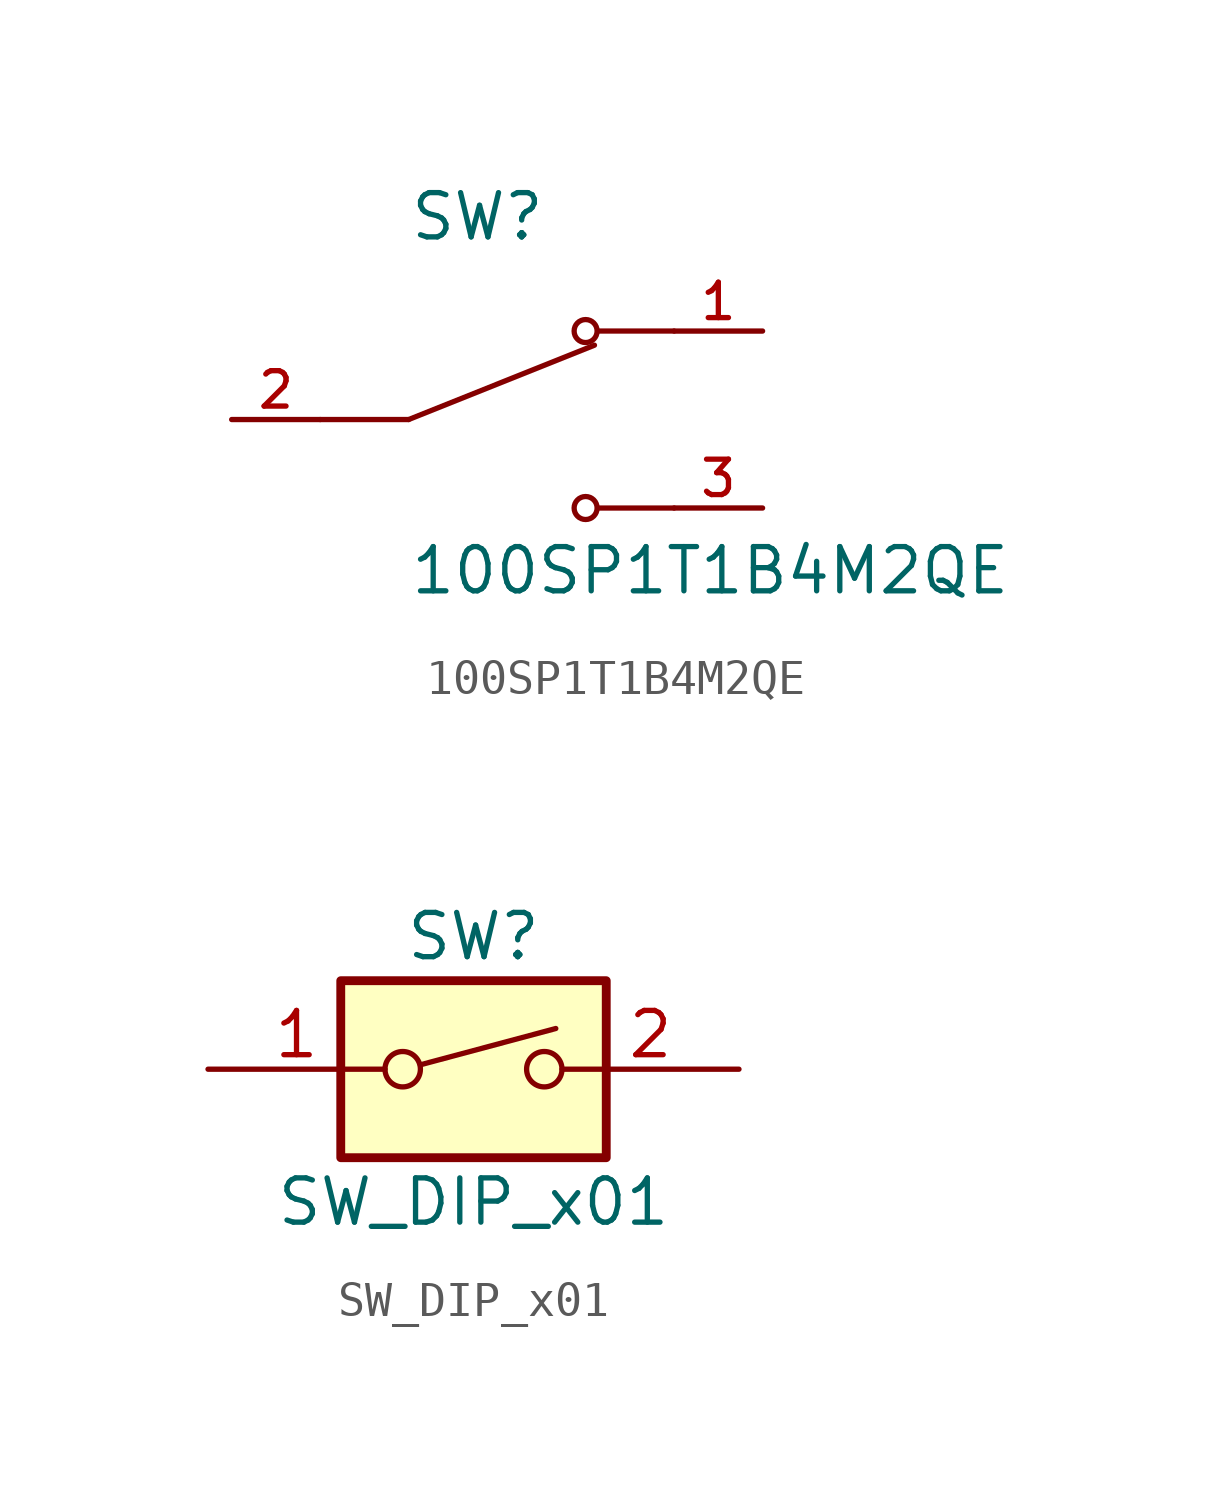
<source format=kicad_sym>
(kicad_symbol_lib
  (version 20241209)
  (generator "kicad_symbol_editor")
  (generator_version "9.0")
  (symbol "100SP1T1B4M2QE"
    (pin_names
      (offset 1.016)
      (hide yes))
    (property "Reference" "SW"
      (at -2.54 5.08 0)
      (effects (font (size 1.27 1.27)) (justify left bottom)))
    (property "Value" "100SP1T1B4M2QE"
      (at -2.54 -5.08 0)
      (effects (font (size 1.27 1.27)) (justify left bottom)))
    (symbol "100SP1T1B4M2QE_0_0"
      (polyline (pts (xy -2.54 0) (xy -5.08 0)) (stroke (width 0.152) (type default)) (fill (type none)))
      (polyline (pts (xy -2.54 0) (xy 2.794 2.134)) (stroke (width 0.152) (type default)) (fill (type none)))
      (circle (center 2.54 2.54) (radius 0.33) (stroke (width 0.152) (type default)) (fill (type none)))
      (circle (center 2.54 -2.54) (radius 0.33) (stroke (width 0.152) (type default)) (fill (type none)))
      (polyline (pts (xy 5.08 2.54) (xy 2.921 2.54)) (stroke (width 0.152) (type default)) (fill (type none)))
      (polyline (pts (xy 5.08 -2.54) (xy 2.921 -2.54)) (stroke (width 0.152) (type default)) (fill (type none)))
      (pin passive line (at -7.62 0 0) (length 2.54) (name "~" (effects (font (size 1.016 1.016)))) (number "2" (effects (font (size 1.016 1.016)))))
      (pin passive line (at 7.62 2.54 180) (length 2.54) (name "~" (effects (font (size 1.016 1.016)))) (number "1" (effects (font (size 1.016 1.016)))))
      (pin passive line (at 7.62 -2.54 180) (length 2.54) (name "~" (effects (font (size 1.016 1.016)))) (number "3" (effects (font (size 1.016 1.016)))))))
  (symbol "SW_DIP_x01"
    (pin_names
      (offset 0)
      (hide yes))
    (property "Reference" "SW"
      (at 0 3.81 0)
      (effects (font (size 1.27 1.27))))
    (property "Value" "SW_DIP_x01"
      (at 0 -3.81 0)
      (effects (font (size 1.27 1.27))))
    (symbol "SW_DIP_x01_0_0"
      (circle (center -2.032 0) (radius 0.508) (stroke (width 0) (type default)) (fill (type none)))
      (polyline (pts (xy -1.524 0.127) (xy 2.362 1.168)) (stroke (width 0) (type default)) (fill (type none)))
      (circle (center 2.032 0) (radius 0.508) (stroke (width 0) (type default)) (fill (type none))))
    (symbol "SW_DIP_x01_0_1"
      (rectangle (start -3.81 2.54) (end 3.81 -2.54) (stroke (width 0.254) (type default)) (fill (type background))))
    (symbol "SW_DIP_x01_1_1"
      (pin passive line (at -7.62 0 0) (length 5.08) (name "~" (effects (font (size 1.27 1.27)))) (number "1" (effects (font (size 1.27 1.27)))))
      (pin passive line (at 7.62 0 180) (length 5.08) (name "~" (effects (font (size 1.27 1.27)))) (number "2" (effects (font (size 1.27 1.27))))))))
</source>
